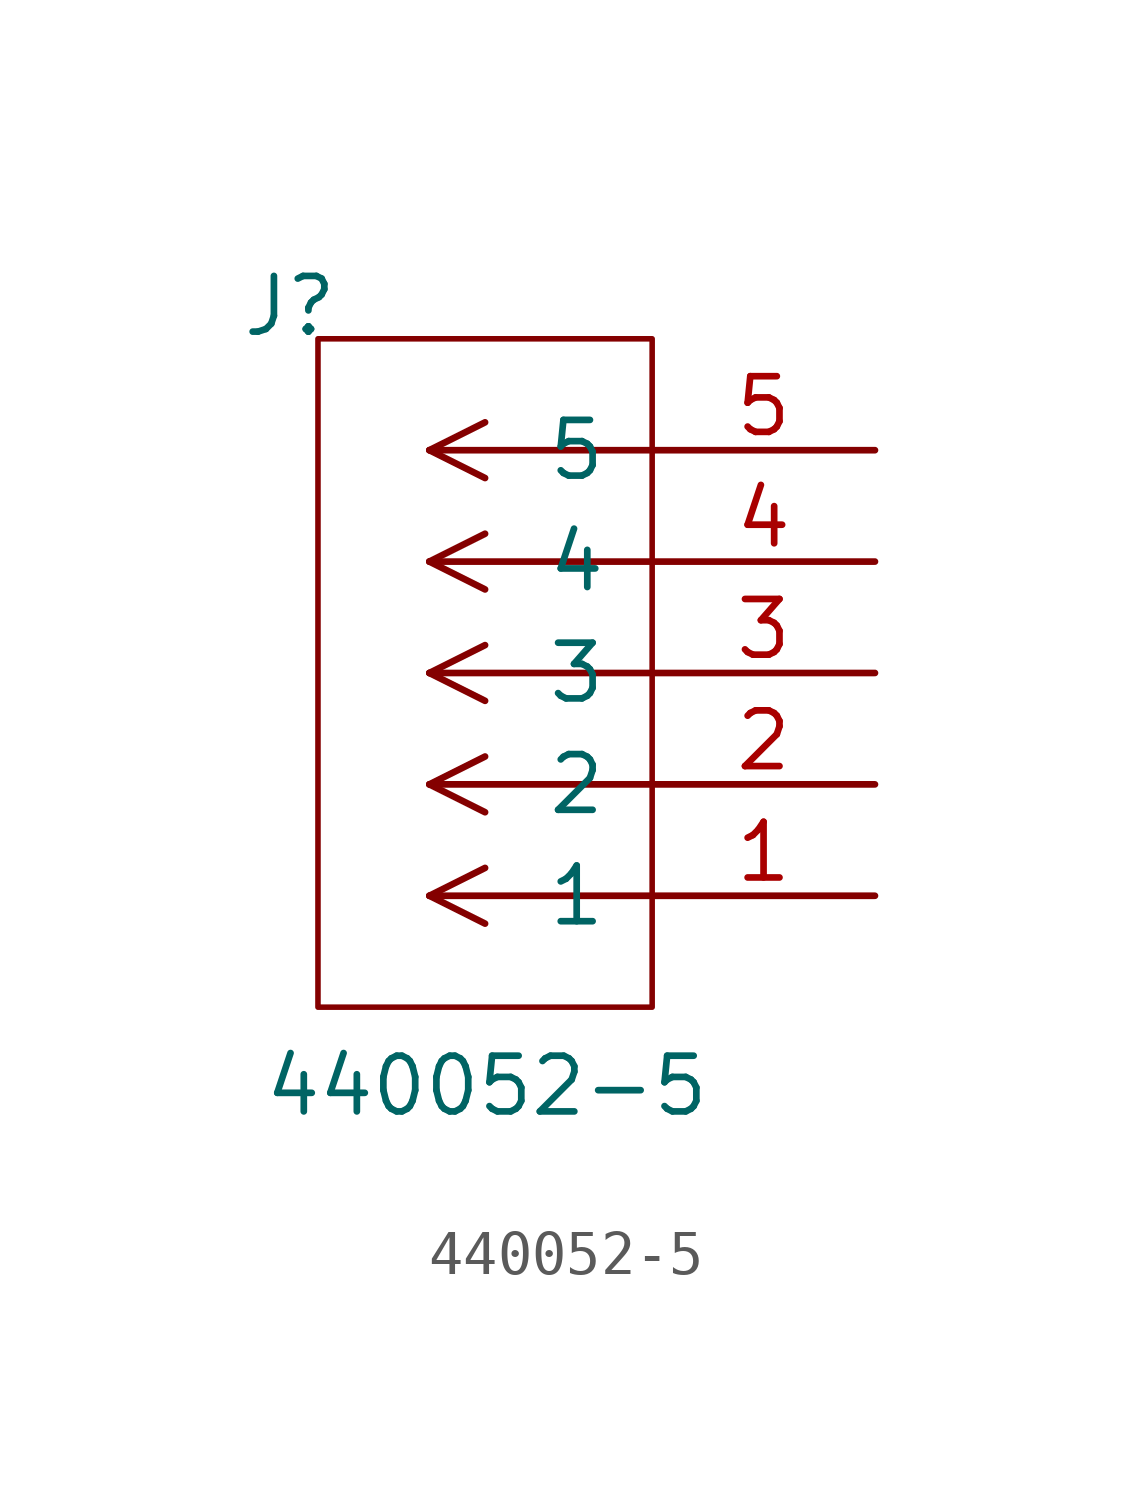
<source format=kicad_sym>
(kicad_symbol_lib
  (version 20220914)
  (generator kicad_symbol_editor)
  (symbol "440052-5"
    (pin_names
      (offset 1.016))
    (property "Reference" "J"
      (at -5.58 7.62 0)
      (effects (font (size 1.27 1.27)) (justify left bottom)))
    (property "Value" "440052-5"
      (at -5.08 -10.16 0)
      (effects (font (size 1.27 1.27)) (justify left bottom)))
    (symbol "440052-5_1_0"
      (rectangle (start -3.81 7.62) (end 3.81 -7.62) (stroke (width 0.127) (type default)) (fill (type none)))
      (polyline (pts (xy -1.27 -5.08) (xy 0 -5.715)) (stroke (width 0) (type default)) (fill (type none)))
      (polyline (pts (xy -1.27 -5.08) (xy 0 -4.445)) (stroke (width 0) (type default)) (fill (type none)))
      (polyline (pts (xy -1.27 -2.54) (xy 0 -3.175)) (stroke (width 0) (type default)) (fill (type none)))
      (polyline (pts (xy -1.27 -2.54) (xy 0 -1.905)) (stroke (width 0) (type default)) (fill (type none)))
      (polyline (pts (xy -1.27 0) (xy 0 -0.635)) (stroke (width 0) (type default)) (fill (type none)))
      (polyline (pts (xy -1.27 0) (xy 0 0.635)) (stroke (width 0) (type default)) (fill (type none)))
      (polyline (pts (xy -1.27 2.54) (xy 0 1.905)) (stroke (width 0) (type default)) (fill (type none)))
      (polyline (pts (xy -1.27 2.54) (xy 0 3.175)) (stroke (width 0) (type default)) (fill (type none)))
      (polyline (pts (xy -1.27 5.08) (xy 0 4.445)) (stroke (width 0) (type default)) (fill (type none)))
      (polyline (pts (xy -1.27 5.08) (xy 0 5.715)) (stroke (width 0) (type default)) (fill (type none)))
      (polyline (pts (xy 3.81 -5.08) (xy -1.27 -5.08)) (stroke (width 0) (type default)) (fill (type none)))
      (polyline (pts (xy 3.81 -2.54) (xy -1.27 -2.54)) (stroke (width 0) (type default)) (fill (type none)))
      (polyline (pts (xy 3.81 0) (xy -1.27 0)) (stroke (width 0) (type default)) (fill (type none)))
      (polyline (pts (xy 3.81 2.54) (xy -1.27 2.54)) (stroke (width 0) (type default)) (fill (type none)))
      (polyline (pts (xy 3.81 5.08) (xy -1.27 5.08)) (stroke (width 0) (type default)) (fill (type none)))
      (pin passive line (at 8.89 -5.08 180) (length 5.08) (name "1" (effects (font (size 1.27 1.27)))) (number "1" (effects (font (size 1.27 1.27)))))
      (pin passive line (at 8.89 -2.54 180) (length 5.08) (name "2" (effects (font (size 1.27 1.27)))) (number "2" (effects (font (size 1.27 1.27)))))
      (pin passive line (at 8.89 0 180) (length 5.08) (name "3" (effects (font (size 1.27 1.27)))) (number "3" (effects (font (size 1.27 1.27)))))
      (pin passive line (at 8.89 2.54 180) (length 5.08) (name "4" (effects (font (size 1.27 1.27)))) (number "4" (effects (font (size 1.27 1.27)))))
      (pin passive line (at 8.89 5.08 180) (length 5.08) (name "5" (effects (font (size 1.27 1.27)))) (number "5" (effects (font (size 1.27 1.27))))))))
</source>
